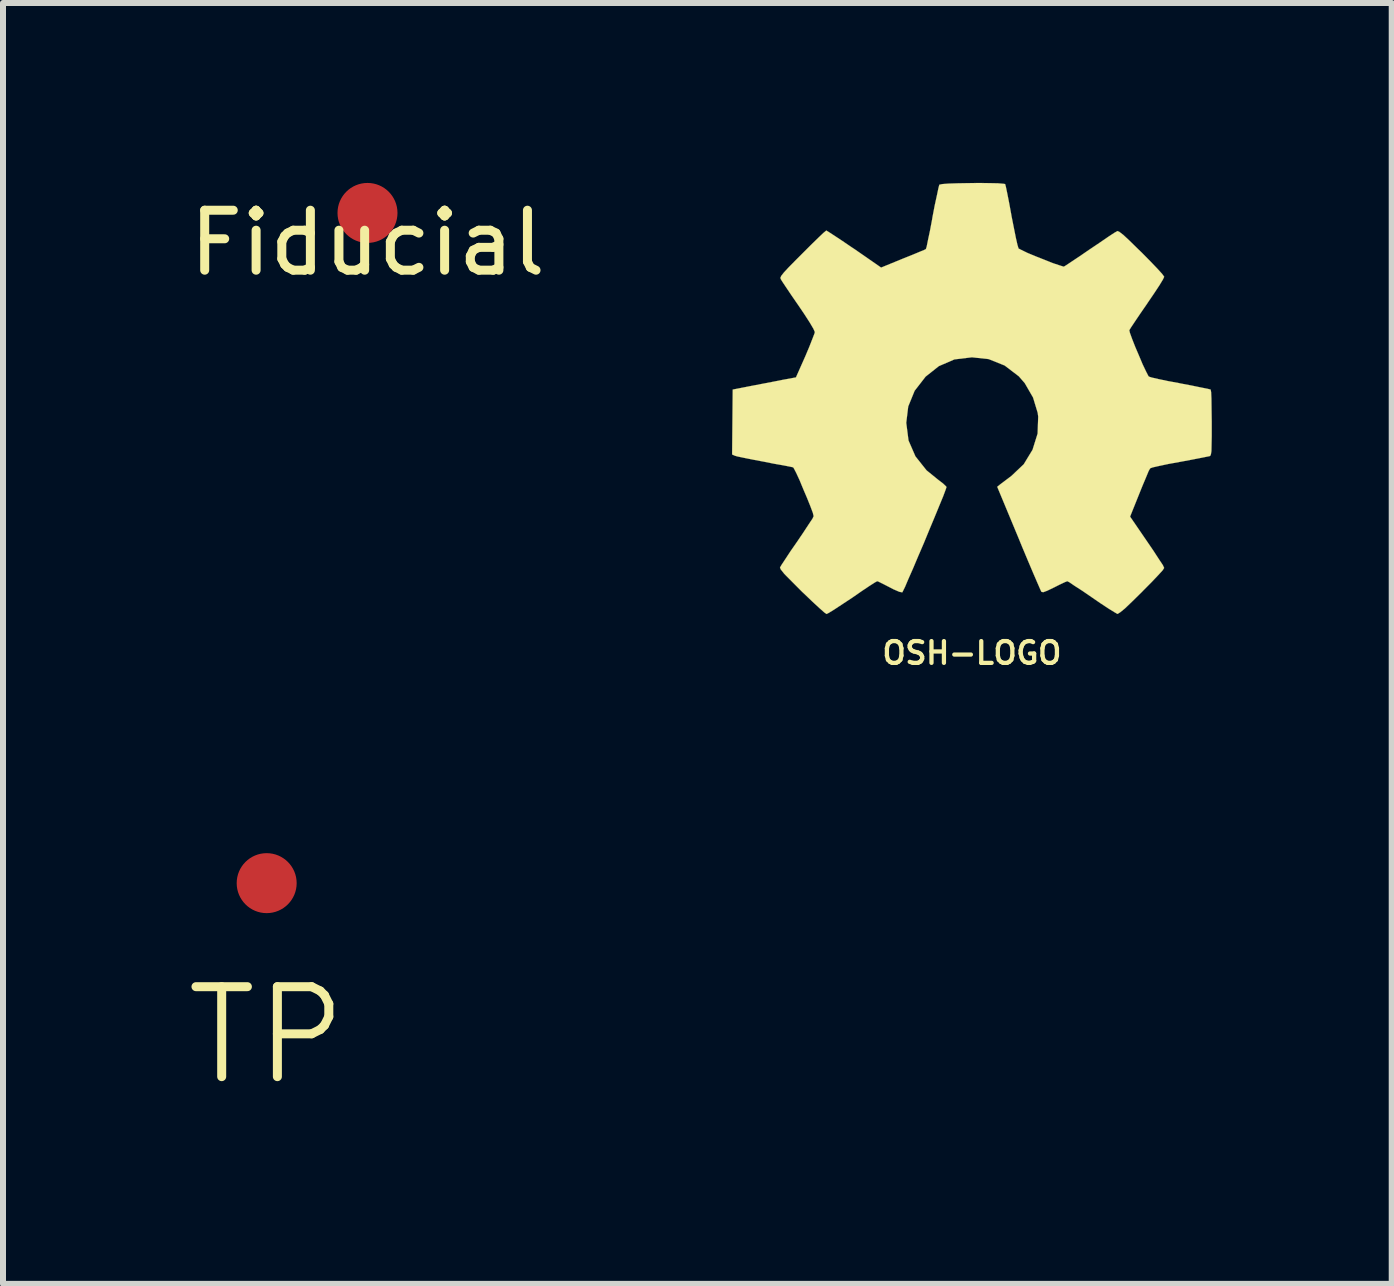
<source format=kicad_pcb>
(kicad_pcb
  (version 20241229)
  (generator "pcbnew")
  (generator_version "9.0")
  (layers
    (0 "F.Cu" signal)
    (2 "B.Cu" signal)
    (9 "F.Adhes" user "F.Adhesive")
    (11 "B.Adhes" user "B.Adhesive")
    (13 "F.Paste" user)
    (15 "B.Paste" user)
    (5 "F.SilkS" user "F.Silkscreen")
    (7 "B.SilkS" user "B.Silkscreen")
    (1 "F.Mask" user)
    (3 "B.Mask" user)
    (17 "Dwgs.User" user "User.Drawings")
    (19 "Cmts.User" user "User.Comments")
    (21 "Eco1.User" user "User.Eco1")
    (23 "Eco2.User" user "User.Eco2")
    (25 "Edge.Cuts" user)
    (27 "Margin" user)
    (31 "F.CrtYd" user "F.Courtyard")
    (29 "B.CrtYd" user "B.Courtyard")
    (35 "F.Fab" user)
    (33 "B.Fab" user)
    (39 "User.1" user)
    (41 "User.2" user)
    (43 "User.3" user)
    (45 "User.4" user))
  (footprint "OSH-LOGO"
    (layer "F.Cu")
    (at 13.154 3.595)
    (property "Reference" "OSH-LOGO" (at 0 4.242 0) (layer "F.SilkS") (effects (font (size 0.363 0.363) (thickness 0.071))))
    (attr through_hole)
    (fp_poly (pts (xy -2.423 3.592) (xy -2.383 3.571) (xy -2.289 3.513) (xy -2.154 3.424) (xy -1.996 3.32) (xy -1.839 3.211) (xy -1.709 3.124) (xy -1.618 3.066) (xy -1.58 3.045) (xy -1.56 3.051) (xy -1.483 3.089) (xy -1.374 3.145) (xy -1.311 3.178) (xy -1.212 3.221) (xy -1.161 3.231) (xy -1.153 3.216) (xy -1.115 3.139) (xy -1.059 3.007) (xy -0.983 2.835) (xy -0.897 2.631) (xy -0.803 2.413) (xy -0.711 2.189) (xy -0.622 1.976) (xy -0.544 1.786) (xy -0.48 1.631) (xy -0.439 1.521) (xy -0.424 1.476) (xy -0.429 1.466) (xy -0.48 1.417) (xy -0.566 1.351) (xy -0.757 1.196) (xy -0.942 0.963) (xy -1.057 0.699) (xy -1.095 0.404) (xy -1.062 0.132) (xy -0.955 -0.13) (xy -0.772 -0.366) (xy -0.551 -0.541) (xy -0.292 -0.653) (xy 0 -0.688) (xy 0.279 -0.658) (xy 0.546 -0.551) (xy 0.782 -0.371) (xy 0.881 -0.257) (xy 1.019 -0.018) (xy 1.097 0.239) (xy 1.105 0.302) (xy 1.095 0.584) (xy 1.011 0.853) (xy 0.864 1.095) (xy 0.658 1.29) (xy 0.63 1.311) (xy 0.536 1.382) (xy 0.472 1.43) (xy 0.422 1.471) (xy 0.78 2.332) (xy 0.836 2.469) (xy 0.935 2.705) (xy 1.021 2.908) (xy 1.09 3.068) (xy 1.138 3.178) (xy 1.158 3.221) (xy 1.161 3.223) (xy 1.191 3.228) (xy 1.257 3.203) (xy 1.377 3.145) (xy 1.458 3.104) (xy 1.549 3.061) (xy 1.59 3.045) (xy 1.626 3.063) (xy 1.712 3.122) (xy 1.841 3.205) (xy 1.994 3.31) (xy 2.141 3.411) (xy 2.276 3.5) (xy 2.375 3.561) (xy 2.423 3.589) (xy 2.431 3.589) (xy 2.471 3.564) (xy 2.55 3.5) (xy 2.667 3.388) (xy 2.832 3.226) (xy 2.857 3.2) (xy 2.995 3.061) (xy 3.106 2.944) (xy 3.18 2.863) (xy 3.205 2.824) (xy 3.183 2.776) (xy 3.119 2.68) (xy 3.03 2.543) (xy 2.921 2.383) (xy 2.637 1.968) (xy 2.794 1.577) (xy 2.842 1.458) (xy 2.903 1.313) (xy 2.946 1.209) (xy 2.972 1.163) (xy 3.012 1.148) (xy 3.122 1.123) (xy 3.277 1.09) (xy 3.459 1.057) (xy 3.637 1.024) (xy 3.797 0.993) (xy 3.912 0.97) (xy 3.962 0.96) (xy 3.975 0.953) (xy 3.985 0.927) (xy 3.993 0.874) (xy 3.995 0.777) (xy 3.998 0.625) (xy 3.998 0.404) (xy 3.998 0.381) (xy 3.995 0.17) (xy 3.993 0.003) (xy 3.988 -0.107) (xy 3.98 -0.15) (xy 3.929 -0.163) (xy 3.818 -0.185) (xy 3.658 -0.218) (xy 3.467 -0.254) (xy 3.457 -0.257) (xy 3.266 -0.292) (xy 3.109 -0.325) (xy 2.997 -0.351) (xy 2.951 -0.366) (xy 2.941 -0.378) (xy 2.903 -0.452) (xy 2.847 -0.569) (xy 2.786 -0.714) (xy 2.723 -0.861) (xy 2.67 -0.996) (xy 2.634 -1.095) (xy 2.624 -1.14) (xy 2.652 -1.186) (xy 2.718 -1.285) (xy 2.809 -1.42) (xy 2.921 -1.582) (xy 2.929 -1.595) (xy 3.038 -1.755) (xy 3.127 -1.89) (xy 3.185 -1.986) (xy 3.205 -2.029) (xy 3.205 -2.032) (xy 3.17 -2.08) (xy 3.089 -2.169) (xy 2.972 -2.291) (xy 2.832 -2.433) (xy 2.786 -2.477) (xy 2.631 -2.629) (xy 2.525 -2.728) (xy 2.456 -2.781) (xy 2.423 -2.794) (xy 2.423 -2.791) (xy 2.375 -2.764) (xy 2.273 -2.697) (xy 2.136 -2.603) (xy 1.974 -2.494) (xy 1.963 -2.487) (xy 1.803 -2.377) (xy 1.671 -2.289) (xy 1.575 -2.225) (xy 1.534 -2.2) (xy 1.527 -2.2) (xy 1.463 -2.22) (xy 1.349 -2.258) (xy 1.209 -2.314) (xy 1.062 -2.372) (xy 0.927 -2.428) (xy 0.826 -2.477) (xy 0.777 -2.502) (xy 0.777 -2.504) (xy 0.759 -2.563) (xy 0.732 -2.682) (xy 0.699 -2.847) (xy 0.66 -3.043) (xy 0.655 -3.073) (xy 0.62 -3.264) (xy 0.589 -3.421) (xy 0.566 -3.531) (xy 0.554 -3.576) (xy 0.528 -3.581) (xy 0.434 -3.589) (xy 0.292 -3.592) (xy 0.119 -3.594) (xy -0.061 -3.592) (xy -0.236 -3.589) (xy -0.389 -3.584) (xy -0.495 -3.576) (xy -0.541 -3.566) (xy -0.544 -3.564) (xy -0.559 -3.505) (xy -0.584 -3.386) (xy -0.62 -3.221) (xy -0.658 -3.023) (xy -0.663 -2.99) (xy -0.699 -2.799) (xy -0.732 -2.644) (xy -0.754 -2.535) (xy -0.767 -2.494) (xy -0.782 -2.484) (xy -0.861 -2.451) (xy -0.988 -2.398) (xy -1.148 -2.334) (xy -1.514 -2.184) (xy -1.961 -2.494) (xy -2.004 -2.522) (xy -2.164 -2.631) (xy -2.299 -2.72) (xy -2.39 -2.779) (xy -2.428 -2.802) (xy -2.431 -2.799) (xy -2.477 -2.761) (xy -2.565 -2.677) (xy -2.687 -2.558) (xy -2.827 -2.418) (xy -2.931 -2.314) (xy -3.056 -2.187) (xy -3.134 -2.103) (xy -3.178 -2.047) (xy -3.193 -2.014) (xy -3.188 -1.994) (xy -3.16 -1.948) (xy -3.094 -1.849) (xy -3.002 -1.712) (xy -2.893 -1.554) (xy -2.802 -1.42) (xy -2.705 -1.27) (xy -2.642 -1.163) (xy -2.619 -1.11) (xy -2.624 -1.087) (xy -2.657 -1.001) (xy -2.71 -0.866) (xy -2.776 -0.709) (xy -2.934 -0.353) (xy -3.167 -0.31) (xy -3.307 -0.282) (xy -3.505 -0.244) (xy -3.693 -0.208) (xy -3.988 -0.15) (xy -3.998 0.932) (xy -3.952 0.953) (xy -3.909 0.965) (xy -3.8 0.988) (xy -3.645 1.019) (xy -3.459 1.054) (xy -3.305 1.085) (xy -3.145 1.113) (xy -3.033 1.135) (xy -2.982 1.146) (xy -2.969 1.163) (xy -2.929 1.24) (xy -2.873 1.361) (xy -2.812 1.509) (xy -2.748 1.659) (xy -2.692 1.798) (xy -2.652 1.905) (xy -2.639 1.961) (xy -2.659 2.004) (xy -2.72 2.095) (xy -2.807 2.228) (xy -2.913 2.385) (xy -3.023 2.543) (xy -3.111 2.677) (xy -3.175 2.774) (xy -3.2 2.817) (xy -3.188 2.847) (xy -3.127 2.924) (xy -3.007 3.045) (xy -2.832 3.221) (xy -2.802 3.249) (xy -2.662 3.383) (xy -2.543 3.493) (xy -2.461 3.566) (xy -2.423 3.592)) (stroke (width 0.003) (type solid)) (fill yes) (layer "F.SilkS")))
  (footprint "Fiducial"
    (layer "F.Cu")
    (at 3.077 0.5)
    (property "Reference" "Fiducial" (at 0 0.5 0) (layer "F.SilkS") (effects (font (size 1 1) (thickness 0.15))))
    (attr through_hole)
    (pad "1" smd circle (at 0 0) (size 1 1) (layers "F.Cu" "F.Mask")))
  (footprint "TP"
    (layer "F.Cu")
    (at 1.396 11.674)
    (property "Reference" "TP" (at 0 2.54 0) (layer "F.SilkS") (effects (font (size 1.5 1.5) (thickness 0.15))))
    (attr through_hole)
    (pad "1" smd circle (at 0 0) (size 1 1) (layers "F.Cu" "F.Mask")))
  (gr_rect
    (start -3 -3)
    (end 20.153 18.355)
    (stroke (width 0.1) (type default))
    (fill no)
    (layer "Edge.Cuts")))
</source>
